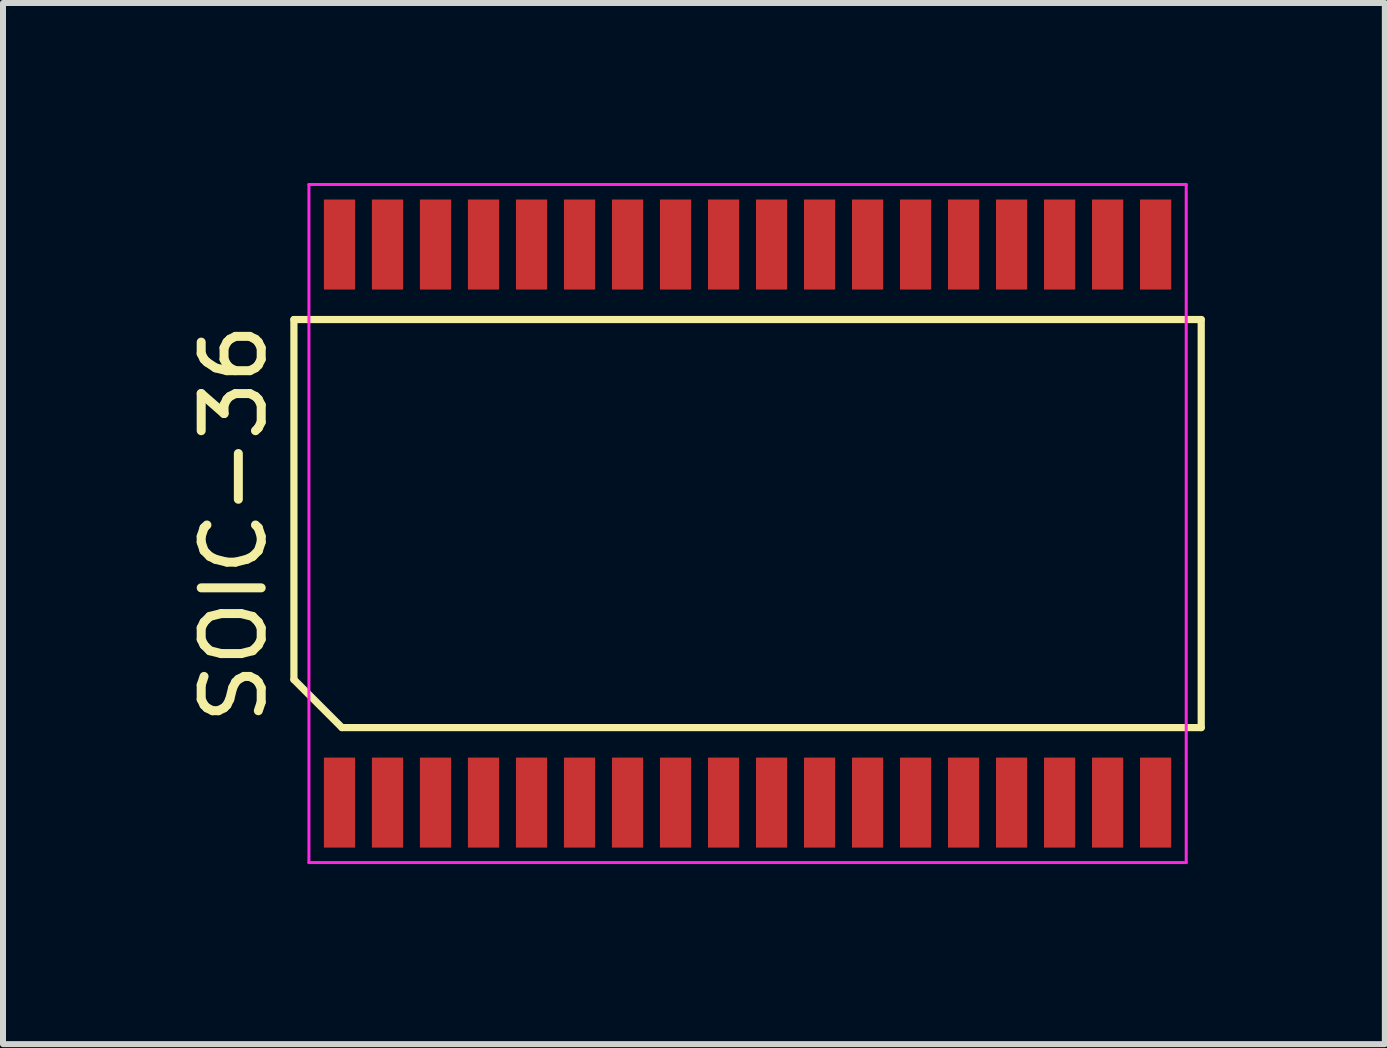
<source format=kicad_pcb>
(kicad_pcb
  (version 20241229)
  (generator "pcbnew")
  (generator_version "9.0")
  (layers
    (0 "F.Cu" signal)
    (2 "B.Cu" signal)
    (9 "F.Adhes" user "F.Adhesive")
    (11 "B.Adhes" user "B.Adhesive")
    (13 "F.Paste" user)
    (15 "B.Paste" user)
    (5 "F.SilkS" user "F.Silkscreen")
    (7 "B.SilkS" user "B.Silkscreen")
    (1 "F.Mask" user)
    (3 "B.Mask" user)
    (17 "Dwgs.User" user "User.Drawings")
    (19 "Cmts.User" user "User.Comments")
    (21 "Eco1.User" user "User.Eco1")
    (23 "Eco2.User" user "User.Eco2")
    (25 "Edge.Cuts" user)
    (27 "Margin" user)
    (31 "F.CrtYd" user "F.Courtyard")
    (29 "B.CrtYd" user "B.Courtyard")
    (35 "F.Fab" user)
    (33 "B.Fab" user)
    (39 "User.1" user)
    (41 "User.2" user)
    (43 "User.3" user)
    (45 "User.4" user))
  (footprint "SOIC-36"
    (layer "F.Cu")
    (at 9.408 5.675)
    (property "Reference" "SOIC-36" (at -8.56 0 90) (layer "F.SilkS") (effects (font (size 1 1) (thickness 0.15))))
    (attr through_hole)
    (fp_line (start -7.56 -3.4) (end 7.56 -3.4) (stroke (width 0.12) (type default)) (layer "F.SilkS"))
    (fp_line (start -7.56 2.6) (end -7.56 -3.4) (stroke (width 0.12) (type default)) (layer "F.SilkS"))
    (fp_line (start -6.76 3.4) (end -7.56 2.6) (stroke (width 0.12) (type default)) (layer "F.SilkS"))
    (fp_line (start 7.56 -3.4) (end 7.56 3.4) (stroke (width 0.12) (type default)) (layer "F.SilkS"))
    (fp_line (start 7.56 3.4) (end -6.76 3.4) (stroke (width 0.12) (type default)) (layer "F.SilkS"))
    (fp_line (start -7.31 -5.65) (end 7.31 -5.65) (stroke (width 0.05) (type default)) (layer "F.CrtYd"))
    (fp_line (start -7.31 5.65) (end -7.31 -5.65) (stroke (width 0.05) (type default)) (layer "F.CrtYd"))
    (fp_line (start 7.31 -5.65) (end 7.31 5.65) (stroke (width 0.05) (type default)) (layer "F.CrtYd"))
    (fp_line (start 7.31 5.65) (end -7.31 5.65) (stroke (width 0.05) (type default)) (layer "F.CrtYd"))
    (pad "1" smd rect (at -6.8 4.65) (size 0.52 1.5) (layers "F.Cu" "F.Mask" "F.Paste"))
    (pad "2" smd rect (at -6 4.65) (size 0.52 1.5) (layers "F.Cu" "F.Mask" "F.Paste"))
    (pad "3" smd rect (at -5.2 4.65) (size 0.52 1.5) (layers "F.Cu" "F.Mask" "F.Paste"))
    (pad "4" smd rect (at -4.4 4.65) (size 0.52 1.5) (layers "F.Cu" "F.Mask" "F.Paste"))
    (pad "5" smd rect (at -3.6 4.65) (size 0.52 1.5) (layers "F.Cu" "F.Mask" "F.Paste"))
    (pad "6" smd rect (at -2.8 4.65) (size 0.52 1.5) (layers "F.Cu" "F.Mask" "F.Paste"))
    (pad "7" smd rect (at -2 4.65) (size 0.52 1.5) (layers "F.Cu" "F.Mask" "F.Paste"))
    (pad "8" smd rect (at -1.2 4.65) (size 0.52 1.5) (layers "F.Cu" "F.Mask" "F.Paste"))
    (pad "9" smd rect (at -0.4 4.65) (size 0.52 1.5) (layers "F.Cu" "F.Mask" "F.Paste"))
    (pad "10" smd rect (at 0.4 4.65) (size 0.52 1.5) (layers "F.Cu" "F.Mask" "F.Paste"))
    (pad "11" smd rect (at 1.2 4.65) (size 0.52 1.5) (layers "F.Cu" "F.Mask" "F.Paste"))
    (pad "12" smd rect (at 2 4.65) (size 0.52 1.5) (layers "F.Cu" "F.Mask" "F.Paste"))
    (pad "13" smd rect (at 2.8 4.65) (size 0.52 1.5) (layers "F.Cu" "F.Mask" "F.Paste"))
    (pad "14" smd rect (at 3.6 4.65) (size 0.52 1.5) (layers "F.Cu" "F.Mask" "F.Paste"))
    (pad "15" smd rect (at 4.4 4.65) (size 0.52 1.5) (layers "F.Cu" "F.Mask" "F.Paste"))
    (pad "16" smd rect (at 5.2 4.65) (size 0.52 1.5) (layers "F.Cu" "F.Mask" "F.Paste"))
    (pad "17" smd rect (at 6 4.65) (size 0.52 1.5) (layers "F.Cu" "F.Mask" "F.Paste"))
    (pad "18" smd rect (at 6.8 4.65) (size 0.52 1.5) (layers "F.Cu" "F.Mask" "F.Paste"))
    (pad "19" smd rect (at 6.8 -4.65) (size 0.52 1.5) (layers "F.Cu" "F.Mask" "F.Paste"))
    (pad "20" smd rect (at 6 -4.65) (size 0.52 1.5) (layers "F.Cu" "F.Mask" "F.Paste"))
    (pad "21" smd rect (at 5.2 -4.65) (size 0.52 1.5) (layers "F.Cu" "F.Mask" "F.Paste"))
    (pad "22" smd rect (at 4.4 -4.65) (size 0.52 1.5) (layers "F.Cu" "F.Mask" "F.Paste"))
    (pad "23" smd rect (at 3.6 -4.65) (size 0.52 1.5) (layers "F.Cu" "F.Mask" "F.Paste"))
    (pad "24" smd rect (at 2.8 -4.65) (size 0.52 1.5) (layers "F.Cu" "F.Mask" "F.Paste"))
    (pad "25" smd rect (at 2 -4.65) (size 0.52 1.5) (layers "F.Cu" "F.Mask" "F.Paste"))
    (pad "26" smd rect (at 1.2 -4.65) (size 0.52 1.5) (layers "F.Cu" "F.Mask" "F.Paste"))
    (pad "27" smd rect (at 0.4 -4.65) (size 0.52 1.5) (layers "F.Cu" "F.Mask" "F.Paste"))
    (pad "28" smd rect (at -0.4 -4.65) (size 0.52 1.5) (layers "F.Cu" "F.Mask" "F.Paste"))
    (pad "29" smd rect (at -1.2 -4.65) (size 0.52 1.5) (layers "F.Cu" "F.Mask" "F.Paste"))
    (pad "30" smd rect (at -2 -4.65) (size 0.52 1.5) (layers "F.Cu" "F.Mask" "F.Paste"))
    (pad "31" smd rect (at -2.8 -4.65) (size 0.52 1.5) (layers "F.Cu" "F.Mask" "F.Paste"))
    (pad "32" smd rect (at -3.6 -4.65) (size 0.52 1.5) (layers "F.Cu" "F.Mask" "F.Paste"))
    (pad "33" smd rect (at -4.4 -4.65) (size 0.52 1.5) (layers "F.Cu" "F.Mask" "F.Paste"))
    (pad "34" smd rect (at -5.2 -4.65) (size 0.52 1.5) (layers "F.Cu" "F.Mask" "F.Paste"))
    (pad "35" smd rect (at -6 -4.65) (size 0.52 1.5) (layers "F.Cu" "F.Mask" "F.Paste"))
    (pad "36" smd rect (at -6.8 -4.65) (size 0.52 1.5) (layers "F.Cu" "F.Mask" "F.Paste")))
  (gr_rect
    (start -3 -3)
    (end 20.028 14.35)
    (stroke (width 0.1) (type default))
    (fill no)
    (layer "Edge.Cuts")))
</source>
